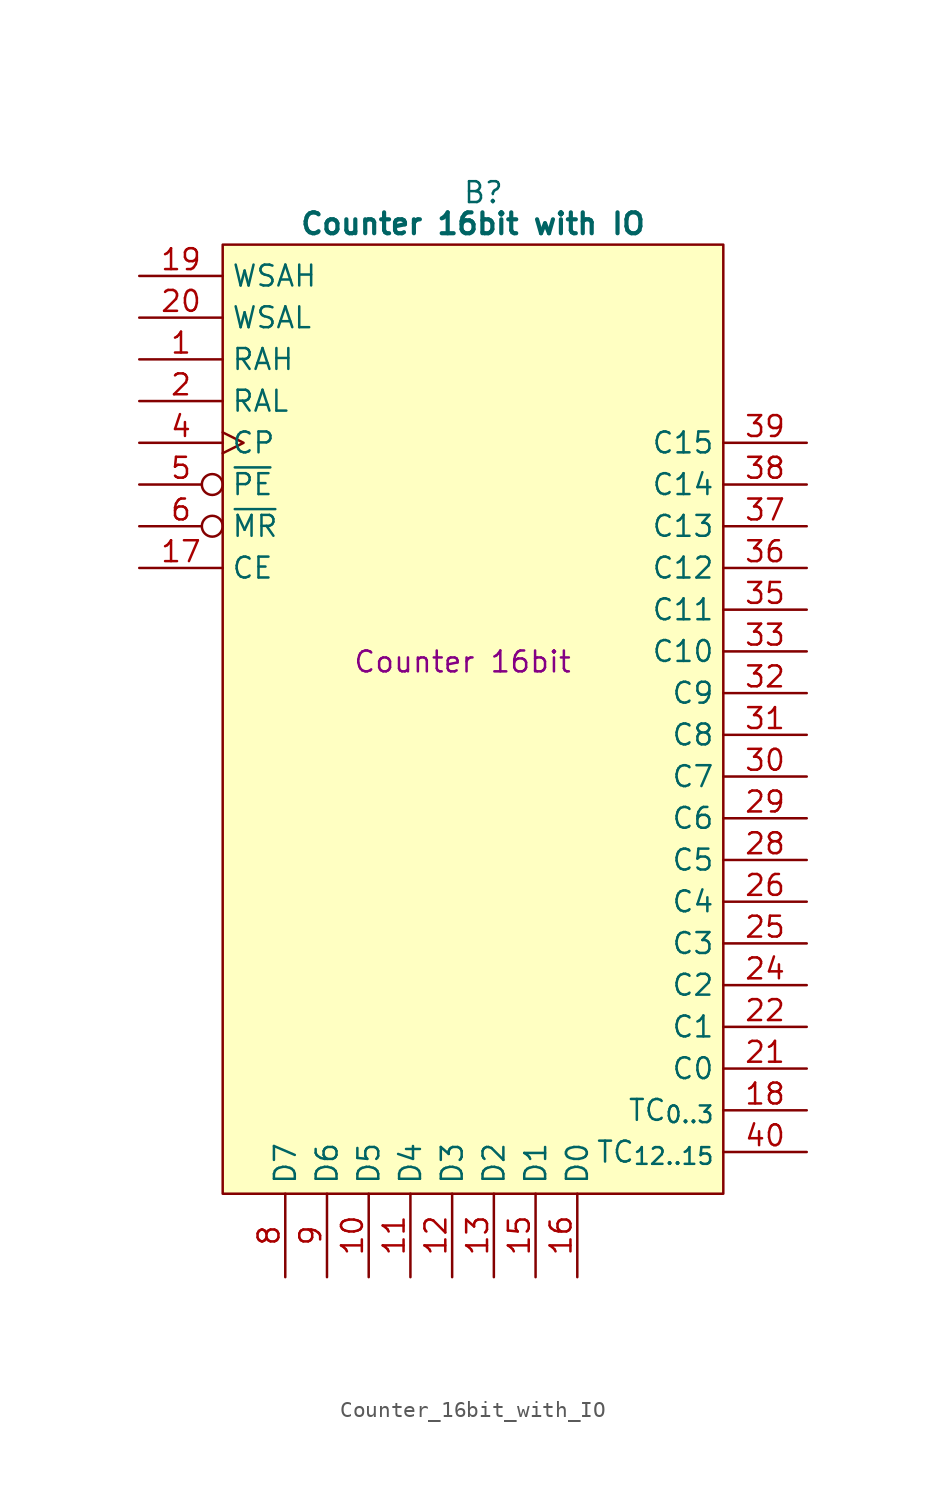
<source format=kicad_sym>
(kicad_symbol_lib
  (version 20220914)
  (generator kicad_symbol_editor)
  (symbol "Counter_16bit_with_IO"
    (property "Reference" "B"
      (at 15.875 5.08 0)
      (effects (font (size 1.27 1.27))))
    (property "Value" "Counter 16bit with IO"
      (at 15.24 3.175 0)
      (effects (font (size 1.27 1.27) bold)))
    (property "Description" "Counter 16bit"
      (at 14.605 -23.495 0)
      (effects (font (size 1.27 1.27))))
    (symbol "Counter_16bit_with_IO_0_1"
      (polyline (pts (xy 0 1.905) (xy 30.48 1.905) (xy 30.48 -55.88) (xy 0 -55.88) (xy 0 1.905)) (stroke (width 0.152) (type default)) (fill (type background))))
    (symbol "Counter_16bit_with_IO_1_0"
      (pin output line (at 35.56 -25.4 180) (length 5.08) (name "C9" (effects (font (size 1.27 1.27)))) (number "32" (effects (font (size 1.27 1.27)))))
      (pin output line (at 35.56 -22.86 180) (length 5.08) (name "C10" (effects (font (size 1.27 1.27)))) (number "33" (effects (font (size 1.27 1.27)))))
      (pin passive line (at 35.56 -7.62 180) (length 5.08) hide (name "GND" (effects (font (size 1.27 1.27)))) (number "34" (effects (font (size 1.27 1.27)))))
      (pin output line (at 35.56 -20.32 180) (length 5.08) (name "C11" (effects (font (size 1.27 1.27)))) (number "35" (effects (font (size 1.27 1.27)))))
      (pin output line (at 35.56 -17.78 180) (length 5.08) (name "C12" (effects (font (size 1.27 1.27)))) (number "36" (effects (font (size 1.27 1.27)))))
      (pin output line (at 35.56 -15.24 180) (length 5.08) (name "C13" (effects (font (size 1.27 1.27)))) (number "37" (effects (font (size 1.27 1.27)))))
      (pin output line (at 35.56 -12.7 180) (length 5.08) (name "C14" (effects (font (size 1.27 1.27)))) (number "38" (effects (font (size 1.27 1.27)))))
      (pin output line (at 35.56 -10.16 180) (length 5.08) (name "C15" (effects (font (size 1.27 1.27)))) (number "39" (effects (font (size 1.27 1.27))))))
    (symbol "Counter_16bit_with_IO_1_1"
      (pin input line (at -5.08 -5.08 0) (length 5.08) (name "RAH" (effects (font (size 1.27 1.27)))) (number "1" (effects (font (size 1.27 1.27)))))
      (pin tri_state line (at 8.89 -60.96 90) (length 5.08) (name "D5" (effects (font (size 1.27 1.27)))) (number "10" (effects (font (size 1.27 1.27)))))
      (pin tri_state line (at 11.43 -60.96 90) (length 5.08) (name "D4" (effects (font (size 1.27 1.27)))) (number "11" (effects (font (size 1.27 1.27)))))
      (pin tri_state line (at 13.97 -60.96 90) (length 5.08) (name "D3" (effects (font (size 1.27 1.27)))) (number "12" (effects (font (size 1.27 1.27)))))
      (pin tri_state line (at 16.51 -60.96 90) (length 5.08) (name "D2" (effects (font (size 1.27 1.27)))) (number "13" (effects (font (size 1.27 1.27)))))
      (pin passive line (at 35.56 -2.54 180) (length 5.08) hide (name "GND" (effects (font (size 1.27 1.27)))) (number "14" (effects (font (size 1.27 1.27)))))
      (pin tri_state line (at 19.05 -60.96 90) (length 5.08) (name "D1" (effects (font (size 1.27 1.27)))) (number "15" (effects (font (size 1.27 1.27)))))
      (pin tri_state line (at 21.59 -60.96 90) (length 5.08) (name "D0" (effects (font (size 1.27 1.27)))) (number "16" (effects (font (size 1.27 1.27)))))
      (pin input line (at -5.08 -17.78 0) (length 5.08) (name "CE" (effects (font (size 1.27 1.27)))) (number "17" (effects (font (size 1.27 1.27)))))
      (pin output line (at 35.56 -50.8 180) (length 5.08) (name "TC_{0..3}" (effects (font (size 1.27 1.27)))) (number "18" (effects (font (size 1.27 1.27)))))
      (pin input line (at -5.08 0 0) (length 5.08) (name "WSAH" (effects (font (size 1.27 1.27)))) (number "19" (effects (font (size 1.27 1.27)))))
      (pin input line (at -5.08 -7.62 0) (length 5.08) (name "RAL" (effects (font (size 1.27 1.27)))) (number "2" (effects (font (size 1.27 1.27)))))
      (pin input line (at -5.08 -2.54 0) (length 5.08) (name "WSAL" (effects (font (size 1.27 1.27)))) (number "20" (effects (font (size 1.27 1.27)))))
      (pin output line (at 35.56 -48.26 180) (length 5.08) (name "C0" (effects (font (size 1.27 1.27)))) (number "21" (effects (font (size 1.27 1.27)))))
      (pin output line (at 35.56 -45.72 180) (length 5.08) (name "C1" (effects (font (size 1.27 1.27)))) (number "22" (effects (font (size 1.27 1.27)))))
      (pin passive line (at -5.08 -53.34 0) (length 5.08) hide (name "5V" (effects (font (size 1.27 1.27)))) (number "23" (effects (font (size 1.27 1.27)))))
      (pin output line (at 35.56 -43.18 180) (length 5.08) (name "C2" (effects (font (size 1.27 1.27)))) (number "24" (effects (font (size 1.27 1.27)))))
      (pin output line (at 35.56 -40.64 180) (length 5.08) (name "C3" (effects (font (size 1.27 1.27)))) (number "25" (effects (font (size 1.27 1.27)))))
      (pin output line (at 35.56 -38.1 180) (length 5.08) (name "C4" (effects (font (size 1.27 1.27)))) (number "26" (effects (font (size 1.27 1.27)))))
      (pin passive line (at 35.56 -5.08 180) (length 5.08) hide (name "GND" (effects (font (size 1.27 1.27)))) (number "27" (effects (font (size 1.27 1.27)))))
      (pin output line (at 35.56 -35.56 180) (length 5.08) (name "C5" (effects (font (size 1.27 1.27)))) (number "28" (effects (font (size 1.27 1.27)))))
      (pin output line (at 35.56 -33.02 180) (length 5.08) (name "C6" (effects (font (size 1.27 1.27)))) (number "29" (effects (font (size 1.27 1.27)))))
      (pin passive line (at -5.08 -50.8 0) (length 5.08) hide (name "5V" (effects (font (size 1.27 1.27)))) (number "3" (effects (font (size 1.27 1.27)))))
      (pin output line (at 35.56 -30.48 180) (length 5.08) (name "C7" (effects (font (size 1.27 1.27)))) (number "30" (effects (font (size 1.27 1.27)))))
      (pin output line (at 35.56 -27.94 180) (length 5.08) (name "C8" (effects (font (size 1.27 1.27)))) (number "31" (effects (font (size 1.27 1.27)))))
      (pin input clock (at -5.08 -10.16 0) (length 5.08) (name "CP" (effects (font (size 1.27 1.27)))) (number "4" (effects (font (size 1.27 1.27)))))
      (pin output line (at 35.56 -53.34 180) (length 5.08) (name "TC_{12..15}" (effects (font (size 1.27 1.27)))) (number "40" (effects (font (size 1.27 1.27)))))
      (pin input inverted (at -5.08 -12.7 0) (length 5.08) (name "~{PE}" (effects (font (size 1.27 1.27)))) (number "5" (effects (font (size 1.27 1.27)))))
      (pin input inverted (at -5.08 -15.24 0) (length 5.08) (name "~{MR}" (effects (font (size 1.27 1.27)))) (number "6" (effects (font (size 1.27 1.27)))))
      (pin passive line (at 35.56 0 180) (length 5.08) hide (name "GND" (effects (font (size 1.27 1.27)))) (number "7" (effects (font (size 1.27 1.27)))))
      (pin tri_state line (at 3.81 -60.96 90) (length 5.08) (name "D7" (effects (font (size 1.27 1.27)))) (number "8" (effects (font (size 1.27 1.27)))))
      (pin tri_state line (at 6.35 -60.96 90) (length 5.08) (name "D6" (effects (font (size 1.27 1.27)))) (number "9" (effects (font (size 1.27 1.27))))))))
</source>
